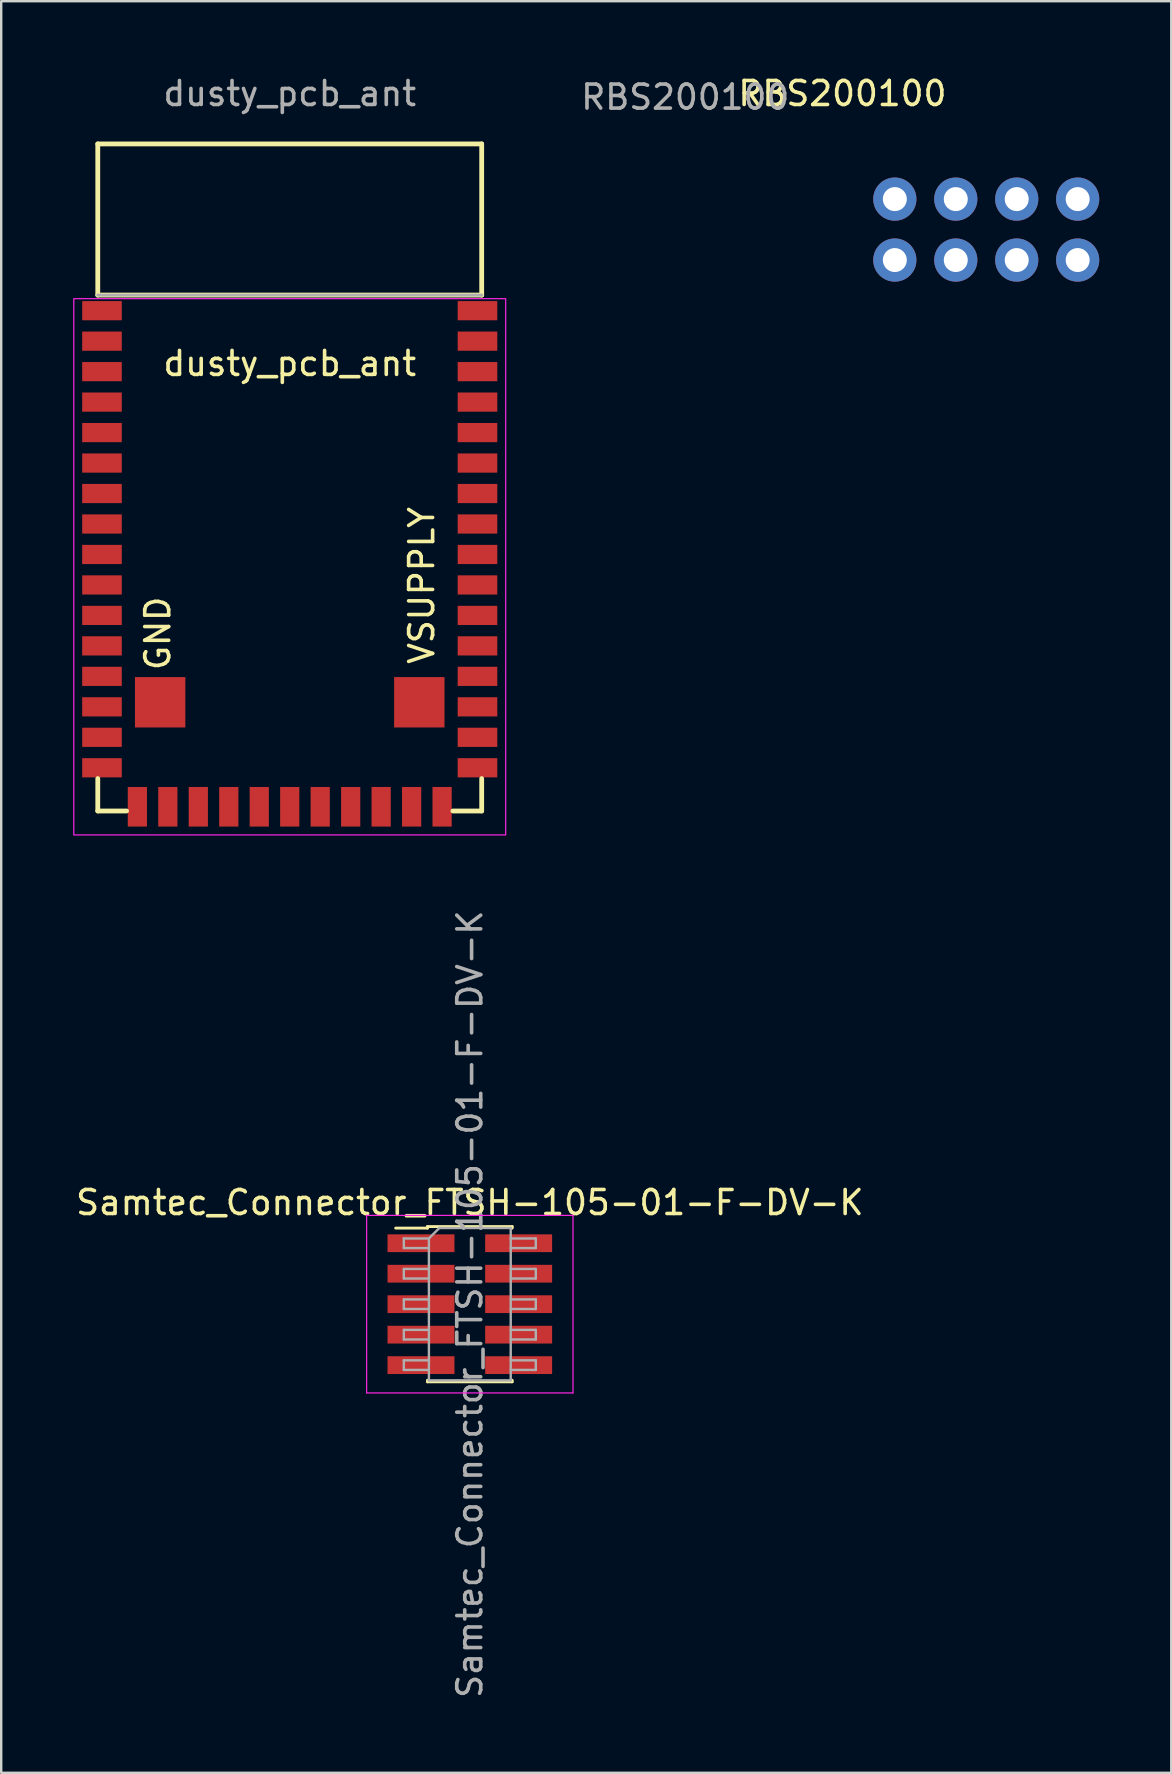
<source format=kicad_pcb>
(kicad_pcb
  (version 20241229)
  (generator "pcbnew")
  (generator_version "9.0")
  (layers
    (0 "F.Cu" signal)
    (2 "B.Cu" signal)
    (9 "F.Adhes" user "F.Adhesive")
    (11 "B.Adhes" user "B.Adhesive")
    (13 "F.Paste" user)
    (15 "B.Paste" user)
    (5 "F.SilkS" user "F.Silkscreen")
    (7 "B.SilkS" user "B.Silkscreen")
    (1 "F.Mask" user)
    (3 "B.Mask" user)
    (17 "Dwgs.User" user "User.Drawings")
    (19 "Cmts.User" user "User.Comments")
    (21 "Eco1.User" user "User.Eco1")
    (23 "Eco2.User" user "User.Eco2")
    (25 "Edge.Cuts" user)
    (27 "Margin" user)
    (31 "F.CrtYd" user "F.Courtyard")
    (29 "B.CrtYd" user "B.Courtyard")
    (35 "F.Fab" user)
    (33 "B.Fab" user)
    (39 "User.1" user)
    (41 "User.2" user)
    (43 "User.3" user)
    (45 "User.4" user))
  (footprint "Samtec_Connector_FTSH-105-01-F-DV-K"
    (layer "F.Cu")
    (at 16.53 51.303)
    (property "Reference" "Samtec_Connector_FTSH-105-01-F-DV-K" (at 0 -4.235 0) (layer "F.SilkS") (effects (font (size 1 1) (thickness 0.15))))
    (attr smd)
    (fp_line (start -3.09 -3.17) (end -1.765 -3.17) (stroke (width 0.12) (type solid)) (layer "F.SilkS"))
    (fp_line (start -1.765 -3.235) (end -1.765 -3.17) (stroke (width 0.12) (type solid)) (layer "F.SilkS"))
    (fp_line (start -1.765 -3.235) (end 1.765 -3.235) (stroke (width 0.12) (type solid)) (layer "F.SilkS"))
    (fp_line (start -1.765 3.17) (end -1.765 3.235) (stroke (width 0.12) (type solid)) (layer "F.SilkS"))
    (fp_line (start -1.765 3.235) (end 1.765 3.235) (stroke (width 0.12) (type solid)) (layer "F.SilkS"))
    (fp_line (start 1.765 -3.235) (end 1.765 -3.17) (stroke (width 0.12) (type solid)) (layer "F.SilkS"))
    (fp_line (start 1.765 3.17) (end 1.765 3.235) (stroke (width 0.12) (type solid)) (layer "F.SilkS"))
    (fp_line (start -4.3 -3.7) (end -4.3 3.7) (stroke (width 0.05) (type solid)) (layer "F.CrtYd"))
    (fp_line (start -4.3 3.7) (end 4.3 3.7) (stroke (width 0.05) (type solid)) (layer "F.CrtYd"))
    (fp_line (start 4.3 -3.7) (end -4.3 -3.7) (stroke (width 0.05) (type solid)) (layer "F.CrtYd"))
    (fp_line (start 4.3 3.7) (end 4.3 -3.7) (stroke (width 0.05) (type solid)) (layer "F.CrtYd"))
    (fp_line (start -2.75 -2.74) (end -2.75 -2.34) (stroke (width 0.1) (type solid)) (layer "F.Fab"))
    (fp_line (start -2.75 -2.34) (end -1.705 -2.34) (stroke (width 0.1) (type solid)) (layer "F.Fab"))
    (fp_line (start -2.75 -1.47) (end -2.75 -1.07) (stroke (width 0.1) (type solid)) (layer "F.Fab"))
    (fp_line (start -2.75 -1.07) (end -1.705 -1.07) (stroke (width 0.1) (type solid)) (layer "F.Fab"))
    (fp_line (start -2.75 -0.2) (end -2.75 0.2) (stroke (width 0.1) (type solid)) (layer "F.Fab"))
    (fp_line (start -2.75 0.2) (end -1.705 0.2) (stroke (width 0.1) (type solid)) (layer "F.Fab"))
    (fp_line (start -2.75 1.07) (end -2.75 1.47) (stroke (width 0.1) (type solid)) (layer "F.Fab"))
    (fp_line (start -2.75 1.47) (end -1.705 1.47) (stroke (width 0.1) (type solid)) (layer "F.Fab"))
    (fp_line (start -2.75 2.34) (end -2.75 2.74) (stroke (width 0.1) (type solid)) (layer "F.Fab"))
    (fp_line (start -2.75 2.74) (end -1.705 2.74) (stroke (width 0.1) (type solid)) (layer "F.Fab"))
    (fp_line (start -1.705 -2.74) (end -2.75 -2.74) (stroke (width 0.1) (type solid)) (layer "F.Fab"))
    (fp_line (start -1.705 -2.74) (end -1.27 -3.175) (stroke (width 0.1) (type solid)) (layer "F.Fab"))
    (fp_line (start -1.705 -1.47) (end -2.75 -1.47) (stroke (width 0.1) (type solid)) (layer "F.Fab"))
    (fp_line (start -1.705 -0.2) (end -2.75 -0.2) (stroke (width 0.1) (type solid)) (layer "F.Fab"))
    (fp_line (start -1.705 1.07) (end -2.75 1.07) (stroke (width 0.1) (type solid)) (layer "F.Fab"))
    (fp_line (start -1.705 2.34) (end -2.75 2.34) (stroke (width 0.1) (type solid)) (layer "F.Fab"))
    (fp_line (start -1.705 3.175) (end -1.705 -2.74) (stroke (width 0.1) (type solid)) (layer "F.Fab"))
    (fp_line (start -1.27 -3.175) (end 1.705 -3.175) (stroke (width 0.1) (type solid)) (layer "F.Fab"))
    (fp_line (start 1.705 -3.175) (end 1.705 3.175) (stroke (width 0.1) (type solid)) (layer "F.Fab"))
    (fp_line (start 1.705 -2.74) (end 2.75 -2.74) (stroke (width 0.1) (type solid)) (layer "F.Fab"))
    (fp_line (start 1.705 -1.47) (end 2.75 -1.47) (stroke (width 0.1) (type solid)) (layer "F.Fab"))
    (fp_line (start 1.705 -0.2) (end 2.75 -0.2) (stroke (width 0.1) (type solid)) (layer "F.Fab"))
    (fp_line (start 1.705 1.07) (end 2.75 1.07) (stroke (width 0.1) (type solid)) (layer "F.Fab"))
    (fp_line (start 1.705 2.34) (end 2.75 2.34) (stroke (width 0.1) (type solid)) (layer "F.Fab"))
    (fp_line (start 1.705 3.175) (end -1.705 3.175) (stroke (width 0.1) (type solid)) (layer "F.Fab"))
    (fp_line (start 2.75 -2.74) (end 2.75 -2.34) (stroke (width 0.1) (type solid)) (layer "F.Fab"))
    (fp_line (start 2.75 -2.34) (end 1.705 -2.34) (stroke (width 0.1) (type solid)) (layer "F.Fab"))
    (fp_line (start 2.75 -1.47) (end 2.75 -1.07) (stroke (width 0.1) (type solid)) (layer "F.Fab"))
    (fp_line (start 2.75 -1.07) (end 1.705 -1.07) (stroke (width 0.1) (type solid)) (layer "F.Fab"))
    (fp_line (start 2.75 -0.2) (end 2.75 0.2) (stroke (width 0.1) (type solid)) (layer "F.Fab"))
    (fp_line (start 2.75 0.2) (end 1.705 0.2) (stroke (width 0.1) (type solid)) (layer "F.Fab"))
    (fp_line (start 2.75 1.07) (end 2.75 1.47) (stroke (width 0.1) (type solid)) (layer "F.Fab"))
    (fp_line (start 2.75 1.47) (end 1.705 1.47) (stroke (width 0.1) (type solid)) (layer "F.Fab"))
    (fp_line (start 2.75 2.34) (end 2.75 2.74) (stroke (width 0.1) (type solid)) (layer "F.Fab"))
    (fp_line (start 2.75 2.74) (end 1.705 2.74) (stroke (width 0.1) (type solid)) (layer "F.Fab"))
    (fp_text user "${REFERENCE}" (at 0 0 90) (layer "F.Fab") (effects (font (size 1 1) (thickness 0.15))))
    (pad "1" smd rect (at -2.035 -2.54) (size 2.79 0.74) (layers "F.Cu" "F.Mask" "F.Paste"))
    (pad "2" smd rect (at 2.035 -2.54) (size 2.79 0.74) (layers "F.Cu" "F.Mask" "F.Paste"))
    (pad "3" smd rect (at -2.035 -1.27) (size 2.79 0.74) (layers "F.Cu" "F.Mask" "F.Paste"))
    (pad "4" smd rect (at 2.035 -1.27) (size 2.79 0.74) (layers "F.Cu" "F.Mask" "F.Paste"))
    (pad "5" smd rect (at -2.035 0) (size 2.79 0.74) (layers "F.Cu" "F.Mask" "F.Paste"))
    (pad "6" smd rect (at 2.035 0) (size 2.79 0.74) (layers "F.Cu" "F.Mask" "F.Paste"))
    (pad "7" smd rect (at -2.035 1.27) (size 2.79 0.74) (layers "F.Cu" "F.Mask" "F.Paste"))
    (pad "8" smd rect (at 2.035 1.27) (size 2.79 0.74) (layers "F.Cu" "F.Mask" "F.Paste"))
    (pad "9" smd rect (at -2.035 2.54) (size 2.79 0.74) (layers "F.Cu" "F.Mask" "F.Paste"))
    (pad "10" smd rect (at 2.035 2.54) (size 2.79 0.74) (layers "F.Cu" "F.Mask" "F.Paste")))
  (footprint "dusty_pcb_ant"
    (layer "F.Cu")
    (at 9.025 16.848)
    (property "Reference" "dusty_pcb_ant" (at 0 -4.75 0) (unlocked yes) (layer "F.SilkS") (effects (font (size 1 1) (thickness 0.15))))
    (attr smd)
    (fp_line (start -8 -13.9) (end -8 -7.6) (stroke (width 0.2) (type solid)) (layer "F.SilkS"))
    (fp_line (start -8 -13.9) (end 8 -13.9) (stroke (width 0.2) (type solid)) (layer "F.SilkS"))
    (fp_line (start -8 -7.6) (end 8 -7.6) (stroke (width 0.2) (type solid)) (layer "F.SilkS"))
    (fp_line (start -8 12.55) (end -8 13.9) (stroke (width 0.2) (type solid)) (layer "F.SilkS"))
    (fp_line (start -8 13.9) (end -6.8 13.9) (stroke (width 0.2) (type solid)) (layer "F.SilkS"))
    (fp_line (start 6.8 13.9) (end 8 13.9) (stroke (width 0.2) (type solid)) (layer "F.SilkS"))
    (fp_line (start 8 -13.9) (end 8 -7.6) (stroke (width 0.2) (type solid)) (layer "F.SilkS"))
    (fp_line (start 8 12.55) (end 8 13.9) (stroke (width 0.2) (type solid)) (layer "F.SilkS"))
    (fp_rect (start 9 14.9) (end -9 -7.45) (stroke (width 0.05) (type solid)) (fill no) (layer "F.CrtYd"))
    (fp_line (start -8 -7.6) (end 8 -7.6) (stroke (width 0.12) (type solid)) (layer "F.Fab"))
    (fp_text user "GND" (at -5.5 6.5 90) (unlocked yes) (layer "F.SilkS") (effects (font (size 1 1) (thickness 0.15))))
    (fp_text user "VSUPPLY" (at 5.5 4.5 90) (unlocked yes) (layer "F.SilkS") (effects (font (size 1 1) (thickness 0.15))))
    (fp_text user "${REFERENCE}" (at 0 -16 0) (unlocked yes) (layer "F.Fab") (effects (font (size 1 1) (thickness 0.15))))
    (pad "1" smd rect (at -7.825 -6.95) (size 1.65 0.8) (layers "F.Cu" "F.Mask" "F.Paste"))
    (pad "2" smd rect (at -7.825 -5.68) (size 1.65 0.8) (layers "F.Cu" "F.Mask" "F.Paste"))
    (pad "3" smd rect (at -7.825 -4.41) (size 1.65 0.8) (layers "F.Cu" "F.Mask" "F.Paste"))
    (pad "4" smd rect (at -7.825 -3.14) (size 1.65 0.8) (layers "F.Cu" "F.Mask" "F.Paste"))
    (pad "5" smd rect (at -7.825 -1.87) (size 1.65 0.8) (layers "F.Cu" "F.Mask" "F.Paste"))
    (pad "6" smd rect (at -7.825 -0.6) (size 1.65 0.8) (layers "F.Cu" "F.Mask" "F.Paste"))
    (pad "7" smd rect (at -7.825 0.67) (size 1.65 0.8) (layers "F.Cu" "F.Mask" "F.Paste"))
    (pad "8" smd rect (at -7.825 1.94) (size 1.65 0.8) (layers "F.Cu" "F.Mask" "F.Paste"))
    (pad "9" smd rect (at -7.825 3.21) (size 1.65 0.8) (layers "F.Cu" "F.Mask" "F.Paste"))
    (pad "10" smd rect (at -7.825 4.48) (size 1.65 0.8) (layers "F.Cu" "F.Mask" "F.Paste"))
    (pad "11" smd rect (at -7.825 5.75) (size 1.65 0.8) (layers "F.Cu" "F.Mask" "F.Paste"))
    (pad "12" smd rect (at -7.825 7.02) (size 1.65 0.8) (layers "F.Cu" "F.Mask" "F.Paste"))
    (pad "13" smd rect (at -7.825 8.29) (size 1.65 0.8) (layers "F.Cu" "F.Mask" "F.Paste"))
    (pad "14" smd rect (at -7.825 9.56) (size 1.65 0.8) (layers "F.Cu" "F.Mask" "F.Paste"))
    (pad "15" smd rect (at -7.825 10.83) (size 1.65 0.8) (layers "F.Cu" "F.Mask" "F.Paste"))
    (pad "16" smd rect (at -7.825 12.1) (size 1.65 0.8) (layers "F.Cu" "F.Mask" "F.Paste"))
    (pad "17" smd rect (at -6.35 13.725 90) (size 1.65 0.8) (layers "F.Cu" "F.Mask" "F.Paste"))
    (pad "18" smd rect (at -5.08 13.725 90) (size 1.65 0.8) (layers "F.Cu" "F.Mask" "F.Paste"))
    (pad "19" smd rect (at -3.81 13.725 90) (size 1.65 0.8) (layers "F.Cu" "F.Mask" "F.Paste"))
    (pad "20" smd rect (at -2.54 13.725 90) (size 1.65 0.8) (layers "F.Cu" "F.Mask" "F.Paste"))
    (pad "21" smd rect (at -1.27 13.725 90) (size 1.65 0.8) (layers "F.Cu" "F.Mask" "F.Paste"))
    (pad "22" smd rect (at 0 13.725 90) (size 1.65 0.8) (layers "F.Cu" "F.Mask" "F.Paste"))
    (pad "23" smd rect (at 1.27 13.725 90) (size 1.65 0.8) (layers "F.Cu" "F.Mask" "F.Paste"))
    (pad "24" smd rect (at 2.54 13.725 90) (size 1.65 0.8) (layers "F.Cu" "F.Mask" "F.Paste"))
    (pad "25" smd rect (at 3.81 13.725 90) (size 1.65 0.8) (layers "F.Cu" "F.Mask" "F.Paste"))
    (pad "26" smd rect (at 5.08 13.725 90) (size 1.65 0.8) (layers "F.Cu" "F.Mask" "F.Paste"))
    (pad "27" smd rect (at 6.35 13.725 90) (size 1.65 0.8) (layers "F.Cu" "F.Mask" "F.Paste"))
    (pad "28" smd rect (at 7.825 12.1) (size 1.65 0.8) (layers "F.Cu" "F.Mask" "F.Paste"))
    (pad "29" smd rect (at 7.825 10.83) (size 1.65 0.8) (layers "F.Cu" "F.Mask" "F.Paste"))
    (pad "30" smd rect (at 7.825 9.56) (size 1.65 0.8) (layers "F.Cu" "F.Mask" "F.Paste"))
    (pad "31" smd rect (at 7.825 8.29) (size 1.65 0.8) (layers "F.Cu" "F.Mask" "F.Paste"))
    (pad "32" smd rect (at 7.825 7.02) (size 1.65 0.8) (layers "F.Cu" "F.Mask" "F.Paste"))
    (pad "33" smd rect (at 7.825 5.75) (size 1.65 0.8) (layers "F.Cu" "F.Mask" "F.Paste"))
    (pad "34" smd rect (at 7.825 4.48) (size 1.65 0.8) (layers "F.Cu" "F.Mask" "F.Paste"))
    (pad "35" smd rect (at 7.825 3.21) (size 1.65 0.8) (layers "F.Cu" "F.Mask" "F.Paste"))
    (pad "36" smd rect (at 7.825 1.94) (size 1.65 0.8) (layers "F.Cu" "F.Mask" "F.Paste"))
    (pad "37" smd rect (at 7.825 0.67) (size 1.65 0.8) (layers "F.Cu" "F.Mask" "F.Paste"))
    (pad "38" smd rect (at 7.825 -0.6) (size 1.65 0.8) (layers "F.Cu" "F.Mask" "F.Paste"))
    (pad "39" smd rect (at 7.825 -1.87) (size 1.65 0.8) (layers "F.Cu" "F.Mask" "F.Paste"))
    (pad "40" smd rect (at 7.825 -3.14) (size 1.65 0.8) (layers "F.Cu" "F.Mask" "F.Paste"))
    (pad "41" smd rect (at 7.825 -4.41) (size 1.65 0.8) (layers "F.Cu" "F.Mask" "F.Paste"))
    (pad "42" smd rect (at 7.825 -5.68) (size 1.65 0.8) (layers "F.Cu" "F.Mask" "F.Paste"))
    (pad "43" smd rect (at 7.825 -6.95) (size 1.65 0.8) (layers "F.Cu" "F.Mask" "F.Paste"))
    (pad "44" smd rect (at -5.4 9.37) (size 2.1 2.1) (layers "F.Cu" "F.Mask" "F.Paste"))
    (pad "45" smd rect (at 5.4 9.37) (size 2.1 2.1) (layers "F.Cu" "F.Mask" "F.Paste")))
  (footprint "RBS200100"
    (layer "F.Cu")
    (at 38.108 6.573)
    (property "Reference" "RBS200100" (at -6.05 -5.725 0) (unlocked yes) (layer "F.SilkS") (effects (font (size 1 1) (thickness 0.15))))
    (attr through_hole)
    (fp_text user "${REFERENCE}" (at -12.6 -5.575 0) (unlocked yes) (layer "F.Fab") (effects (font (size 1 1) (thickness 0.15))))
    (pad "1" thru_hole circle (at -3.865 1.215) (size 1.8 1.8) (drill 1) (layers "*.Cu" "*.Mask"))
    (pad "2" thru_hole circle (at -1.325 1.215) (size 1.8 1.8) (drill 1) (layers "*.Cu" "*.Mask"))
    (pad "3" thru_hole circle (at 1.215 1.215) (size 1.8 1.8) (drill 1) (layers "*.Cu" "*.Mask"))
    (pad "4" thru_hole circle (at 3.755 1.215) (size 1.8 1.8) (drill 1) (layers "*.Cu" "*.Mask"))
    (pad "5" thru_hole circle (at 3.755 -1.325) (size 1.8 1.8) (drill 1) (layers "*.Cu" "*.Mask"))
    (pad "6" thru_hole circle (at 1.215 -1.325) (size 1.8 1.8) (drill 1) (layers "*.Cu" "*.Mask"))
    (pad "7" thru_hole circle (at -1.325 -1.325) (size 1.8 1.8) (drill 1) (layers "*.Cu" "*.Mask"))
    (pad "8" thru_hole circle (at -3.865 -1.325) (size 1.8 1.8) (drill 1) (layers "*.Cu" "*.Mask")))
  (gr_rect
    (start -3 -3)
    (end 45.763 70.833)
    (stroke (width 0.1) (type default))
    (fill no)
    (layer "Edge.Cuts")))
</source>
